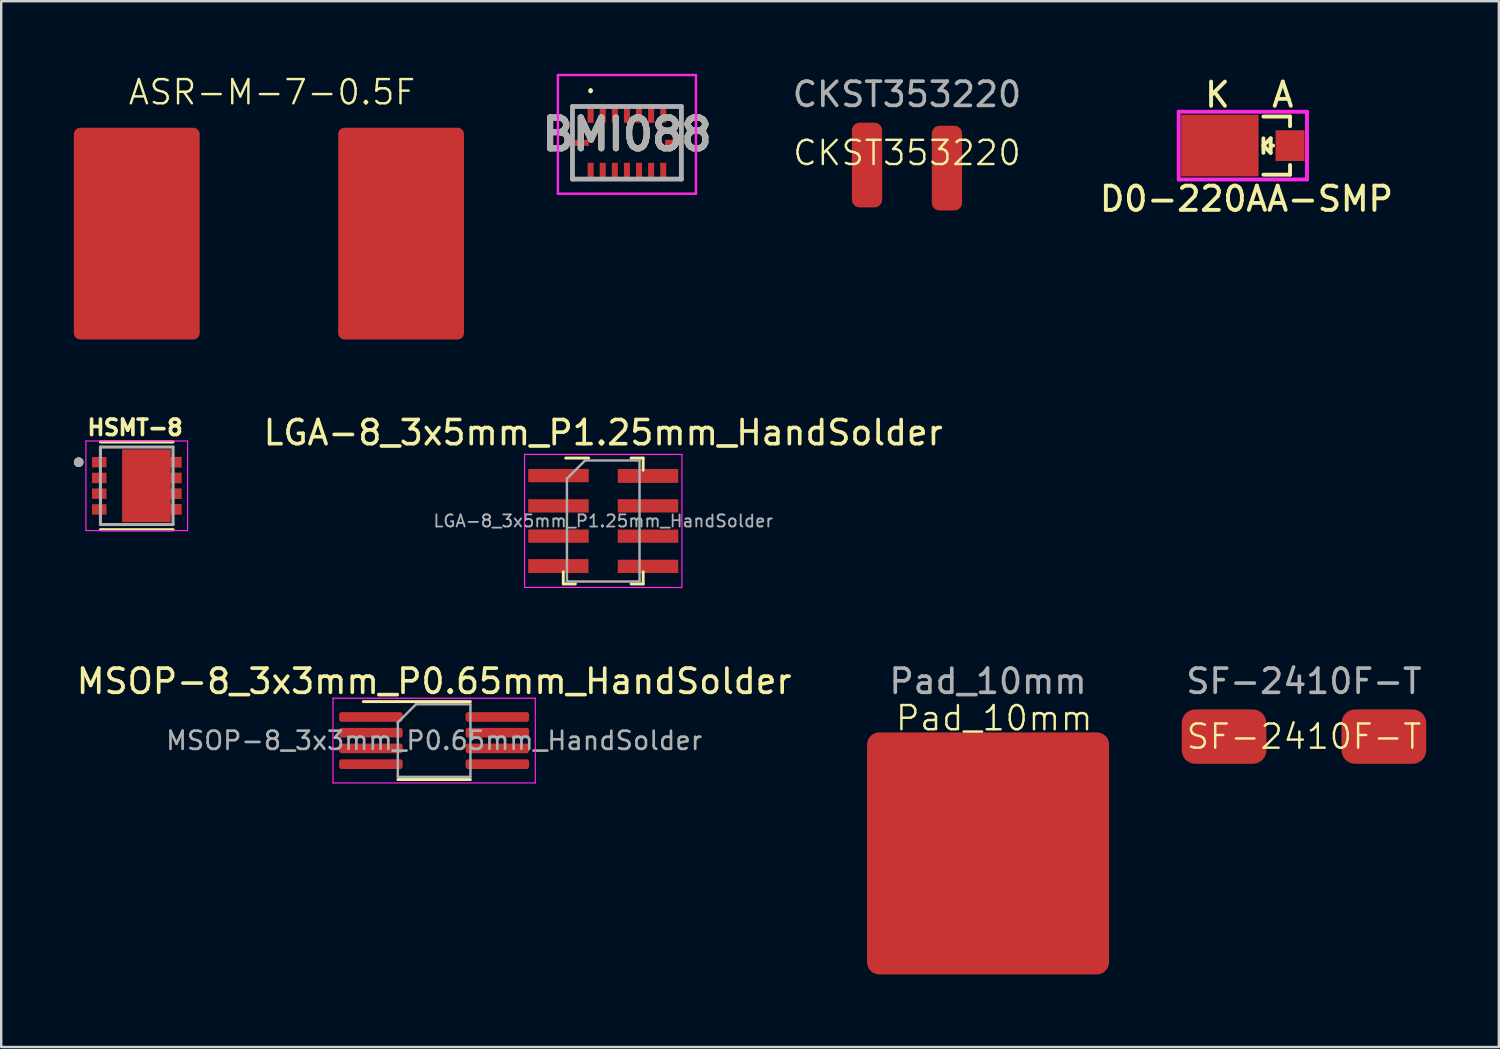
<source format=kicad_pcb>
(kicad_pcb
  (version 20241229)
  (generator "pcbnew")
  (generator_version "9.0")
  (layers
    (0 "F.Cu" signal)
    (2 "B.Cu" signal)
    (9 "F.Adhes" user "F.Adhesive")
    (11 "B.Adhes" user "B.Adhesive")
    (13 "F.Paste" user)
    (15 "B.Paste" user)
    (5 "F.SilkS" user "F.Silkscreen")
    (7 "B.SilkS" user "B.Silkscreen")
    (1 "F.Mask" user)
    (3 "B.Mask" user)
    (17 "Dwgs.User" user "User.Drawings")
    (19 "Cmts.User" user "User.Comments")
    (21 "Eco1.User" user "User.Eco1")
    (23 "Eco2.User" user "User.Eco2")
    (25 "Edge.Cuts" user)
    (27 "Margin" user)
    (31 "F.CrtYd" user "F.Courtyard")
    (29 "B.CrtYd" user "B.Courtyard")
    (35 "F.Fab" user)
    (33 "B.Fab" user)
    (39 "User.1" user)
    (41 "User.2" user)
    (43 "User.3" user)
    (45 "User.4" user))
  (footprint "LGA-8_3x5mm_P1.25mm_HandSolder"
    (layer "F.Cu")
    (at 21.874 18.476)
    (property "Reference" "LGA-8_3x5mm_P1.25mm_HandSolder" (at 0 -3.65 0) (layer "F.SilkS") (effects (font (size 1 1) (thickness 0.15))))
    (attr smd)
    (fp_line (start -1.65 2.6) (end -1.65 2.1) (stroke (width 0.12) (type solid)) (layer "F.SilkS"))
    (fp_line (start -1.55 -2.6) (end -0.6 -2.6) (stroke (width 0.12) (type solid)) (layer "F.SilkS"))
    (fp_line (start -1.15 2.6) (end -1.65 2.6) (stroke (width 0.12) (type solid)) (layer "F.SilkS"))
    (fp_line (start 1.15 -2.6) (end 1.65 -2.6) (stroke (width 0.12) (type solid)) (layer "F.SilkS"))
    (fp_line (start 1.65 -2.6) (end 1.65 -2.1) (stroke (width 0.12) (type solid)) (layer "F.SilkS"))
    (fp_line (start 1.65 2.1) (end 1.65 2.6) (stroke (width 0.12) (type solid)) (layer "F.SilkS"))
    (fp_line (start 1.65 2.6) (end 1.15 2.6) (stroke (width 0.12) (type solid)) (layer "F.SilkS"))
    (fp_line (start -3.251 -2.75) (end -3.251 2.743) (stroke (width 0.05) (type solid)) (layer "F.CrtYd"))
    (fp_line (start -3.251 -2.75) (end 3.251 -2.75) (stroke (width 0.05) (type solid)) (layer "F.CrtYd"))
    (fp_line (start 3.251 2.75) (end -3.251 2.743) (stroke (width 0.05) (type solid)) (layer "F.CrtYd"))
    (fp_line (start 3.251 2.75) (end 3.251 -2.75) (stroke (width 0.05) (type solid)) (layer "F.CrtYd"))
    (fp_line (start -1.5 -1.75) (end -0.75 -2.5) (stroke (width 0.1) (type solid)) (layer "F.Fab"))
    (fp_line (start -1.5 2.5) (end -1.5 -1.75) (stroke (width 0.1) (type solid)) (layer "F.Fab"))
    (fp_line (start -0.75 -2.5) (end 1.5 -2.5) (stroke (width 0.1) (type solid)) (layer "F.Fab"))
    (fp_line (start 1.5 -2.5) (end 1.5 2.5) (stroke (width 0.1) (type solid)) (layer "F.Fab"))
    (fp_line (start 1.5 2.5) (end -1.5 2.5) (stroke (width 0.1) (type solid)) (layer "F.Fab"))
    (fp_text user "${REFERENCE}" (at 0 0 0) (layer "F.Fab") (effects (font (size 0.5 0.5) (thickness 0.075))))
    (pad "1" smd rect (at -1.849 -1.875) (size 2.499 0.55) (layers "F.Cu" "F.Mask" "F.Paste"))
    (pad "2" smd rect (at -1.849 -0.625) (size 2.499 0.55) (layers "F.Cu" "F.Mask" "F.Paste"))
    (pad "3" smd rect (at -1.849 0.625) (size 2.499 0.55) (layers "F.Cu" "F.Mask" "F.Paste"))
    (pad "4" smd rect (at -1.854 1.862) (size 2.489 0.575) (layers "F.Cu" "F.Mask" "F.Paste"))
    (pad "5" smd rect (at 1.849 1.875) (size 2.499 0.55) (layers "F.Cu" "F.Mask" "F.Paste"))
    (pad "6" smd rect (at 1.849 0.628) (size 2.499 0.544) (layers "F.Cu" "F.Mask" "F.Paste"))
    (pad "7" smd rect (at 1.849 -0.625) (size 2.499 0.55) (layers "F.Cu" "F.Mask" "F.Paste"))
    (pad "8" smd rect (at 1.849 -1.862) (size 2.499 0.575) (layers "F.Cu" "F.Mask" "F.Paste")))
  (footprint "HSMT-8"
    (layer "F.Cu")
    (at 2.6 17.022)
    (property "Reference" "HSMT-8" (at -0.068 -2.406 0) (layer "F.SilkS") (effects (font (size 0.64 0.64) (thickness 0.15))))
    (attr smd)
    (fp_poly (pts (xy -1.9 -1.24) (xy -1.2 -1.24) (xy -1.2 -0.71) (xy -1.9 -0.71)) (stroke (width 0.01) (type solid)) (fill yes) (layer "F.Mask"))
    (fp_poly (pts (xy -1.9 -0.59) (xy -1.2 -0.59) (xy -1.2 -0.06) (xy -1.9 -0.06)) (stroke (width 0.01) (type solid)) (fill yes) (layer "F.Mask"))
    (fp_poly (pts (xy -1.9 0.06) (xy -1.2 0.06) (xy -1.2 0.59) (xy -1.9 0.59)) (stroke (width 0.01) (type solid)) (fill yes) (layer "F.Mask"))
    (fp_poly (pts (xy -1.9 0.71) (xy -1.2 0.71) (xy -1.2 1.24) (xy -1.9 1.24)) (stroke (width 0.01) (type solid)) (fill yes) (layer "F.Mask"))
    (fp_poly (pts (xy -0.65 -1.55) (xy 1.45 -1.55) (xy 1.45 -1.24) (xy 1.9 -1.24) (xy 1.9 -0.71) (xy 1.45 -0.71) (xy 1.45 -0.59) (xy 1.9 -0.59) (xy 1.9 -0.06) (xy 1.45 -0.06) (xy 1.45 0.06) (xy 1.9 0.06) (xy 1.9 0.59) (xy 1.45 0.59) (xy 1.45 0.71) (xy 1.9 0.71) (xy 1.9 1.24) (xy 1.45 1.24) (xy 1.45 1.55) (xy -0.65 1.55)) (stroke (width 0.01) (type solid)) (fill yes) (layer "F.Mask"))
    (fp_line (start -1.5 1.814) (end 1.5 1.814) (stroke (width 0.127) (type solid)) (layer "F.SilkS"))
    (fp_line (start 1.5 -1.814) (end -1.5 -1.814) (stroke (width 0.127) (type solid)) (layer "F.SilkS"))
    (fp_circle (center -2.4 -0.975) (end -2.3 -0.975) (stroke (width 0.2) (type solid)) (fill no) (layer "F.SilkS"))
    (fp_poly (pts (xy -0.233 -0.95) (xy 1.032 -0.95) (xy 1.032 0.95) (xy -0.233 0.95)) (stroke (width 0.01) (type solid)) (fill yes) (layer "F.Paste"))
    (fp_poly (pts (xy 1.4 -1.19) (xy 1.85 -1.19) (xy 1.85 -0.76) (xy 1.4 -0.76)) (stroke (width 0.01) (type solid)) (fill yes) (layer "F.Paste"))
    (fp_poly (pts (xy 1.4 -0.54) (xy 1.85 -0.54) (xy 1.85 -0.11) (xy 1.4 -0.11)) (stroke (width 0.01) (type solid)) (fill yes) (layer "F.Paste"))
    (fp_poly (pts (xy 1.4 0.11) (xy 1.85 0.11) (xy 1.85 0.54) (xy 1.4 0.54)) (stroke (width 0.01) (type solid)) (fill yes) (layer "F.Paste"))
    (fp_poly (pts (xy 1.4 0.76) (xy 1.85 0.76) (xy 1.85 1.19) (xy 1.4 1.19)) (stroke (width 0.01) (type solid)) (fill yes) (layer "F.Paste"))
    (fp_line (start -2.1 -1.85) (end 2.1 -1.85) (stroke (width 0.05) (type solid)) (layer "F.CrtYd"))
    (fp_line (start -2.1 1.85) (end -2.1 -1.85) (stroke (width 0.05) (type solid)) (layer "F.CrtYd"))
    (fp_line (start 2.1 -1.85) (end 2.1 1.85) (stroke (width 0.05) (type solid)) (layer "F.CrtYd"))
    (fp_line (start 2.1 1.85) (end -2.1 1.85) (stroke (width 0.05) (type solid)) (layer "F.CrtYd"))
    (fp_line (start -1.5 -1.6) (end -1.5 1.6) (stroke (width 0.127) (type solid)) (layer "F.Fab"))
    (fp_line (start -1.5 1.6) (end 1.5 1.6) (stroke (width 0.127) (type solid)) (layer "F.Fab"))
    (fp_line (start 1.5 -1.6) (end -1.5 -1.6) (stroke (width 0.127) (type solid)) (layer "F.Fab"))
    (fp_line (start 1.5 1.6) (end 1.5 -1.6) (stroke (width 0.127) (type solid)) (layer "F.Fab"))
    (fp_circle (center -2.4 -0.975) (end -2.3 -0.975) (stroke (width 0.2) (type solid)) (fill no) (layer "F.Fab"))
    (pad "1" smd rect (at -1.55 -0.975) (size 0.6 0.43) (layers "F.Cu" "F.Paste"))
    (pad "2" smd rect (at -1.55 -0.325) (size 0.6 0.43) (layers "F.Cu" "F.Paste"))
    (pad "3" smd rect (at -1.55 0.325) (size 0.6 0.43) (layers "F.Cu" "F.Paste"))
    (pad "4" smd rect (at -1.55 0.975) (size 0.6 0.43) (layers "F.Cu" "F.Paste"))
    (pad "5" smd custom (at 0 0) (size 0.5 0.5) (layers "F.Cu") (options (anchor rect)) (primitives (gr_poly (pts (xy -0.6 -1.5) (xy 1.4 -1.5) (xy 1.4 -1.19) (xy 1.85 -1.19) (xy 1.85 -0.76) (xy 1.4 -0.76) (xy 1.4 -0.54) (xy 1.85 -0.54) (xy 1.85 -0.11) (xy 1.4 -0.11) (xy 1.4 0.11) (xy 1.85 0.11) (xy 1.85 0.54) (xy 1.4 0.54) (xy 1.4 0.76) (xy 1.85 0.76) (xy 1.85 1.19) (xy 1.4 1.19) (xy 1.4 1.5) (xy -0.6 1.5)) (width 0.01) (fill yes)))))
  (footprint "Pad_10mm"
    (layer "F.Cu")
    (at 37.774 32.211)
    (property "Reference" "Pad_10mm" (at 0.254 -5.588 0) (unlocked yes) (layer "F.SilkS") (effects (font (size 1 1) (thickness 0.1))))
    (attr smd)
    (fp_text user "${REFERENCE}" (at 0 -7.112 0) (unlocked yes) (layer "F.Fab") (effects (font (size 1 1) (thickness 0.15))))
    (pad "1" smd roundrect (at 0 0) (size 10 10) (layers "F.Cu" "F.Mask" "F.Paste") (roundrect_rratio 0.05)))
  (footprint "ASR-M-7-0.5F"
    (layer "F.Cu")
    (at 8.188 6.856)
    (property "Reference" "ASR-M-7-0.5F" (at 0 -6.096 0) (unlocked yes) (layer "F.SilkS") (effects (font (size 1 1) (thickness 0.1))))
    (attr smd)
    (pad "1" smd roundrect (at -5.588 -0.254) (size 5.2 8.75) (layers "F.Cu" "F.Mask" "F.Paste") (roundrect_rratio 0.05))
    (pad "2" smd roundrect (at 5.334 -0.254) (size 5.2 8.75) (layers "F.Cu" "F.Mask" "F.Paste") (roundrect_rratio 0.05)))
  (footprint "SF-2410F-T"
    (layer "F.Cu")
    (at 50.826 27.385)
    (property "Reference" "SF-2410F-T" (at 0 0 0) (unlocked yes) (layer "F.SilkS") (effects (font (size 1 1) (thickness 0.1))))
    (attr smd)
    (fp_text user "${REFERENCE}" (at 0 -2.286 0) (unlocked yes) (layer "F.Fab") (effects (font (size 1 1) (thickness 0.15))))
    (pad "1" smd roundrect (at -3.302 0) (size 3.5 2.25) (layers "F.Cu" "F.Mask" "F.Paste") (roundrect_rratio 0.25))
    (pad "2" smd roundrect (at 3.302 0) (size 3.5 2.25) (layers "F.Cu" "F.Mask" "F.Paste") (roundrect_rratio 0.25)))
  (footprint "D0-220AA-SMP"
    (layer "F.Cu")
    (at 48.351 2.966)
    (property "Reference" "D0-220AA-SMP" (at 0.1 2.2 0) (layer "F.SilkS") (effects (font (size 1 1) (thickness 0.16))))
    (attr through_hole)
    (fp_line (start 0.8 -0.3) (end 0.8 0.3) (stroke (width 0.16) (type solid)) (layer "F.SilkS"))
    (fp_line (start 0.8 0) (end 1.1 -0.3) (stroke (width 0.16) (type solid)) (layer "F.SilkS"))
    (fp_line (start 0.8 1.2) (end 1.9 1.2) (stroke (width 0.16) (type solid)) (layer "F.SilkS"))
    (fp_line (start 1.1 -0.3) (end 1.1 0.3) (stroke (width 0.16) (type solid)) (layer "F.SilkS"))
    (fp_line (start 1.1 0.3) (end 0.8 0) (stroke (width 0.16) (type solid)) (layer "F.SilkS"))
    (fp_line (start 1.2 0) (end 1.1 0) (stroke (width 0.16) (type solid)) (layer "F.SilkS"))
    (fp_line (start 1.9 -1.2) (end 0.8 -1.2) (stroke (width 0.16) (type solid)) (layer "F.SilkS"))
    (fp_line (start 1.9 -1.2) (end 1.9 -0.8) (stroke (width 0.16) (type solid)) (layer "F.SilkS"))
    (fp_line (start 1.9 0.8) (end 1.9 1.2) (stroke (width 0.16) (type solid)) (layer "F.SilkS"))
    (fp_line (start -2.7 -1.4) (end 2.6 -1.4) (stroke (width 0.16) (type solid)) (layer "F.CrtYd"))
    (fp_line (start -2.7 1.4) (end -2.7 -1.4) (stroke (width 0.16) (type solid)) (layer "F.CrtYd"))
    (fp_line (start 2.6 -1.4) (end 2.6 1.4) (stroke (width 0.16) (type solid)) (layer "F.CrtYd"))
    (fp_line (start 2.6 1.4) (end -2.7 1.4) (stroke (width 0.16) (type solid)) (layer "F.CrtYd"))
    (fp_text user "A" (at 1.6 -2.1 0) (layer "F.SilkS") (effects (font (size 1 1) (thickness 0.16))))
    (fp_text user "K" (at -1.1 -2.1 0) (layer "F.SilkS") (effects (font (size 1 1) (thickness 0.16))))
    (pad "1" smd rect (at 1.9 0) (size 1.2 1.27) (layers "F.Cu" "F.Mask" "F.Paste"))
    (pad "2" smd rect (at -1 0) (size 3.2 2.54) (layers "F.Cu" "F.Mask" "F.Paste")))
  (footprint "CKST353220"
    (layer "F.Cu")
    (at 34.424 3.769)
    (property "Reference" "CKST353220" (at 0 -0.5 0) (unlocked yes) (layer "F.SilkS") (effects (font (size 1 1) (thickness 0.1))))
    (attr smd)
    (fp_text user "${REFERENCE}" (at 0 -2.921 0) (unlocked yes) (layer "F.Fab") (effects (font (size 1 1) (thickness 0.15))))
    (pad "1" smd roundrect (at -1.651 0) (size 1.25 3.5) (layers "F.Cu" "F.Mask" "F.Paste") (roundrect_rratio 0.25))
    (pad "2" smd roundrect (at 1.651 0.127) (size 1.25 3.5) (layers "F.Cu" "F.Mask" "F.Paste") (roundrect_rratio 0.25)))
  (footprint "MSOP-8_3x3mm_P0.65mm_HandSolder"
    (layer "F.Cu")
    (at 14.887 27.549)
    (property "Reference" "MSOP-8_3x3mm_P0.65mm_HandSolder" (at 0 -2.45 0) (layer "F.SilkS") (effects (font (size 1 1) (thickness 0.15))))
    (attr smd)
    (fp_line (start 0 -1.61) (end -2.925 -1.61) (stroke (width 0.12) (type solid)) (layer "F.SilkS"))
    (fp_line (start 0 -1.61) (end 1.5 -1.61) (stroke (width 0.12) (type solid)) (layer "F.SilkS"))
    (fp_line (start 0 1.61) (end -1.5 1.61) (stroke (width 0.12) (type solid)) (layer "F.SilkS"))
    (fp_line (start 0 1.61) (end 1.5 1.61) (stroke (width 0.12) (type solid)) (layer "F.SilkS"))
    (fp_line (start -4.18 -1.75) (end -4.18 1.75) (stroke (width 0.05) (type solid)) (layer "F.CrtYd"))
    (fp_line (start -4.18 1.75) (end 4.18 1.75) (stroke (width 0.05) (type solid)) (layer "F.CrtYd"))
    (fp_line (start 4.18 -1.75) (end -4.18 -1.75) (stroke (width 0.05) (type solid)) (layer "F.CrtYd"))
    (fp_line (start 4.18 1.75) (end 4.18 -1.75) (stroke (width 0.05) (type solid)) (layer "F.CrtYd"))
    (fp_line (start -1.5 -0.75) (end -0.75 -1.5) (stroke (width 0.1) (type solid)) (layer "F.Fab"))
    (fp_line (start -1.5 1.5) (end -1.5 -0.75) (stroke (width 0.1) (type solid)) (layer "F.Fab"))
    (fp_line (start -0.75 -1.5) (end 1.5 -1.5) (stroke (width 0.1) (type solid)) (layer "F.Fab"))
    (fp_line (start 1.5 -1.5) (end 1.5 1.5) (stroke (width 0.1) (type solid)) (layer "F.Fab"))
    (fp_line (start 1.5 1.5) (end -1.5 1.5) (stroke (width 0.1) (type solid)) (layer "F.Fab"))
    (fp_text user "${REFERENCE}" (at 0 0 0) (layer "F.Fab") (effects (font (size 0.75 0.75) (thickness 0.11))))
    (pad "1" smd roundrect (at -2.612 -0.975) (size 2.625 0.4) (layers "F.Cu" "F.Mask" "F.Paste") (roundrect_rratio 0.25))
    (pad "2" smd roundrect (at -2.612 -0.325) (size 2.625 0.4) (layers "F.Cu" "F.Mask" "F.Paste") (roundrect_rratio 0.25))
    (pad "3" smd roundrect (at -2.612 0.325) (size 2.625 0.4) (layers "F.Cu" "F.Mask" "F.Paste") (roundrect_rratio 0.25))
    (pad "4" smd roundrect (at -2.612 0.975) (size 2.625 0.4) (layers "F.Cu" "F.Mask" "F.Paste") (roundrect_rratio 0.25))
    (pad "5" smd roundrect (at 2.612 0.975) (size 2.625 0.4) (layers "F.Cu" "F.Mask" "F.Paste") (roundrect_rratio 0.25))
    (pad "6" smd roundrect (at 2.612 0.325) (size 2.625 0.4) (layers "F.Cu" "F.Mask" "F.Paste") (roundrect_rratio 0.25))
    (pad "7" smd roundrect (at 2.612 -0.325) (size 2.625 0.4) (layers "F.Cu" "F.Mask" "F.Paste") (roundrect_rratio 0.25))
    (pad "8" smd roundrect (at 2.612 -0.975) (size 2.625 0.4) (layers "F.Cu" "F.Mask" "F.Paste") (roundrect_rratio 0.25)))
  (footprint "BMI088"
    (layer "F.Cu")
    (at 22.853 2.85)
    (property "Reference" "BMI088" (at 0 -0.349 0) (layer "F.SilkS") (effects (font (size 1.27 1.27) (thickness 0.254))))
    (attr smd)
    (fp_line (start -2.25 -1.5) (end -1.915 -1.5) (stroke (width 0.1) (type solid)) (layer "F.SilkS"))
    (fp_line (start -2.25 -0.5) (end -2.25 -1.5) (stroke (width 0.1) (type solid)) (layer "F.SilkS"))
    (fp_line (start -2.25 0.5) (end -2.25 0.5) (stroke (width 0.1) (type solid)) (layer "F.SilkS"))
    (fp_line (start -2.25 1.5) (end -2.25 0.5) (stroke (width 0.1) (type solid)) (layer "F.SilkS"))
    (fp_line (start -1.915 1.5) (end -2.25 1.5) (stroke (width 0.1) (type solid)) (layer "F.SilkS"))
    (fp_line (start -1.5 -2.2) (end -1.5 -2.2) (stroke (width 0.1) (type solid)) (layer "F.SilkS"))
    (fp_line (start -1.5 -2.1) (end -1.5 -2.1) (stroke (width 0.1) (type solid)) (layer "F.SilkS"))
    (fp_line (start 1.915 -1.5) (end 2.25 -1.5) (stroke (width 0.1) (type solid)) (layer "F.SilkS"))
    (fp_line (start 2 1.5) (end 2.25 1.5) (stroke (width 0.1) (type solid)) (layer "F.SilkS"))
    (fp_line (start 2.25 -1.5) (end 2.25 -0.5) (stroke (width 0.1) (type solid)) (layer "F.SilkS"))
    (fp_line (start 2.25 1.5) (end 2.25 0.5) (stroke (width 0.1) (type solid)) (layer "F.SilkS"))
    (fp_arc (start -1.5 -2.2) (mid -1.45 -2.15) (end -1.5 -2.1) (stroke (width 0.1) (type solid)) (layer "F.SilkS"))
    (fp_arc (start -1.5 -2.1) (mid -1.55 -2.15) (end -1.5 -2.2) (stroke (width 0.1) (type solid)) (layer "F.SilkS"))
    (fp_line (start -2.852 -2.8) (end 2.852 -2.8) (stroke (width 0.1) (type solid)) (layer "F.CrtYd"))
    (fp_line (start -2.852 2.103) (end -2.852 -2.8) (stroke (width 0.1) (type solid)) (layer "F.CrtYd"))
    (fp_line (start 2.852 -2.8) (end 2.852 2.103) (stroke (width 0.1) (type solid)) (layer "F.CrtYd"))
    (fp_line (start 2.852 2.103) (end -2.852 2.103) (stroke (width 0.1) (type solid)) (layer "F.CrtYd"))
    (fp_line (start -2.25 -1.5) (end 2.25 -1.5) (stroke (width 0.2) (type solid)) (layer "F.Fab"))
    (fp_line (start -2.25 1.5) (end -2.25 -1.5) (stroke (width 0.2) (type solid)) (layer "F.Fab"))
    (fp_line (start 2.25 -1.5) (end 2.25 1.5) (stroke (width 0.2) (type solid)) (layer "F.Fab"))
    (fp_line (start 2.25 1.5) (end -2.25 1.5) (stroke (width 0.2) (type solid)) (layer "F.Fab"))
    (fp_text user "${REFERENCE}" (at 0 -0.349 0) (layer "F.Fab") (effects (font (size 1.27 1.27) (thickness 0.254))))
    (pad "1" smd rect (at -1.5 -1.165) (size 0.25 0.675) (layers "F.Cu" "F.Mask" "F.Paste"))
    (pad "2" smd rect (at -1 -1.165) (size 0.25 0.675) (layers "F.Cu" "F.Mask" "F.Paste"))
    (pad "3" smd rect (at -0.5 -1.165) (size 0.25 0.675) (layers "F.Cu" "F.Mask" "F.Paste"))
    (pad "4" smd rect (at 0 -1.165) (size 0.25 0.675) (layers "F.Cu" "F.Mask" "F.Paste"))
    (pad "5" smd rect (at 0.5 -1.165) (size 0.25 0.675) (layers "F.Cu" "F.Mask" "F.Paste"))
    (pad "6" smd rect (at 1 -1.165) (size 0.25 0.675) (layers "F.Cu" "F.Mask" "F.Paste"))
    (pad "7" smd rect (at 1.5 -1.165) (size 0.25 0.675) (layers "F.Cu" "F.Mask" "F.Paste"))
    (pad "8" smd rect (at 1.915 0 90) (size 0.25 0.675) (layers "F.Cu" "F.Mask" "F.Paste"))
    (pad "9" smd rect (at 1.5 1.165) (size 0.25 0.675) (layers "F.Cu" "F.Mask" "F.Paste"))
    (pad "10" smd rect (at 1 1.165) (size 0.25 0.675) (layers "F.Cu" "F.Mask" "F.Paste"))
    (pad "11" smd rect (at 0.5 1.165) (size 0.25 0.675) (layers "F.Cu" "F.Mask" "F.Paste"))
    (pad "12" smd rect (at 0 1.165) (size 0.25 0.675) (layers "F.Cu" "F.Mask" "F.Paste"))
    (pad "13" smd rect (at -0.5 1.165) (size 0.25 0.675) (layers "F.Cu" "F.Mask" "F.Paste"))
    (pad "14" smd rect (at -1 1.165) (size 0.25 0.675) (layers "F.Cu" "F.Mask" "F.Paste"))
    (pad "15" smd rect (at -1.5 1.165) (size 0.25 0.675) (layers "F.Cu" "F.Mask" "F.Paste"))
    (pad "16" smd rect (at -1.915 0 90) (size 0.25 0.675) (layers "F.Cu" "F.Mask" "F.Paste")))
  (gr_rect
    (start -3 -3)
    (end 58.878 40.211)
    (stroke (width 0.1) (type default))
    (fill no)
    (layer "Edge.Cuts")))
</source>
